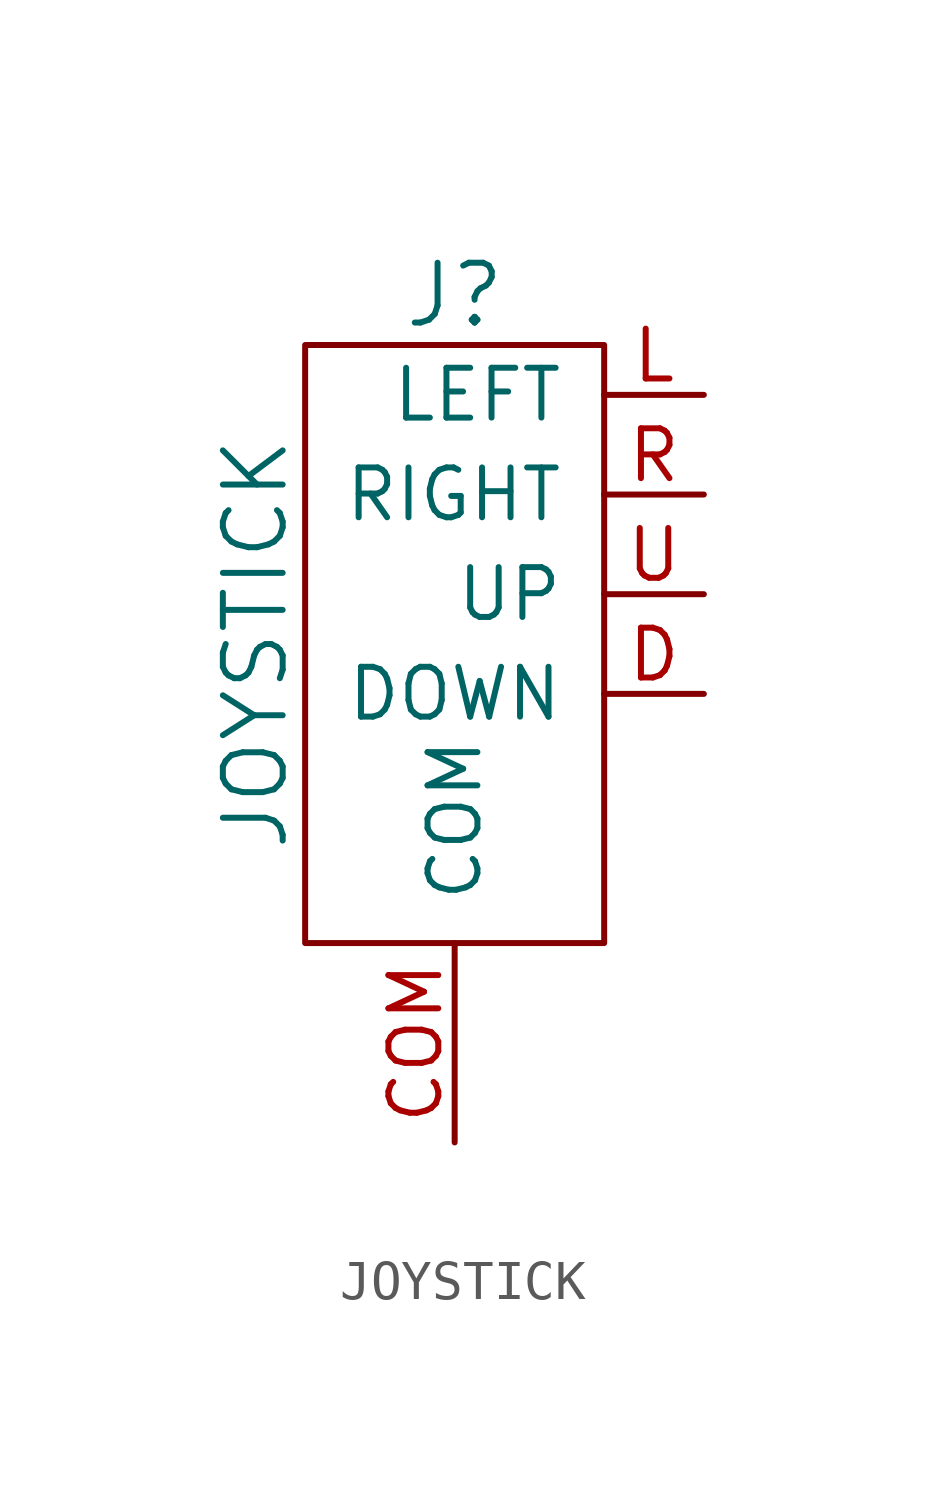
<source format=kicad_sym>
(kicad_symbol_lib
  (version 20211014)
  (generator kicad_symbol_editor)
  (symbol "JOYSTICK"
    (pin_names
      (offset 1.016))
    (property "Reference" "J"
      (at 0 11.43 0)
      (effects (font (size 1.524 1.524))))
    (property "Value" "JOYSTICK"
      (at -5.08 2.54 90)
      (effects (font (size 1.524 1.524))))
    (symbol "JOYSTICK_0_1"
      (rectangle (start 3.81 10.16) (end -3.81 -5.08) (stroke (width 0) (type default) (color 0 0 0 0)) (fill (type none))))
    (symbol "JOYSTICK_1_1"
      (pin passive line (at 0 -10.16 90) (length 5.08) (name "COM" (effects (font (size 1.27 1.27)))) (number "COM" (effects (font (size 1.27 1.27)))))
      (pin passive line (at 6.35 1.27 180) (length 2.54) (name "DOWN" (effects (font (size 1.27 1.27)))) (number "D" (effects (font (size 1.27 1.27)))))
      (pin passive line (at 6.35 8.89 180) (length 2.54) (name "LEFT" (effects (font (size 1.27 1.27)))) (number "L" (effects (font (size 1.27 1.27)))))
      (pin passive line (at 6.35 6.35 180) (length 2.54) (name "RIGHT" (effects (font (size 1.27 1.27)))) (number "R" (effects (font (size 1.27 1.27)))))
      (pin passive line (at 6.35 3.81 180) (length 2.54) (name "UP" (effects (font (size 1.27 1.27)))) (number "U" (effects (font (size 1.27 1.27))))))))
</source>
